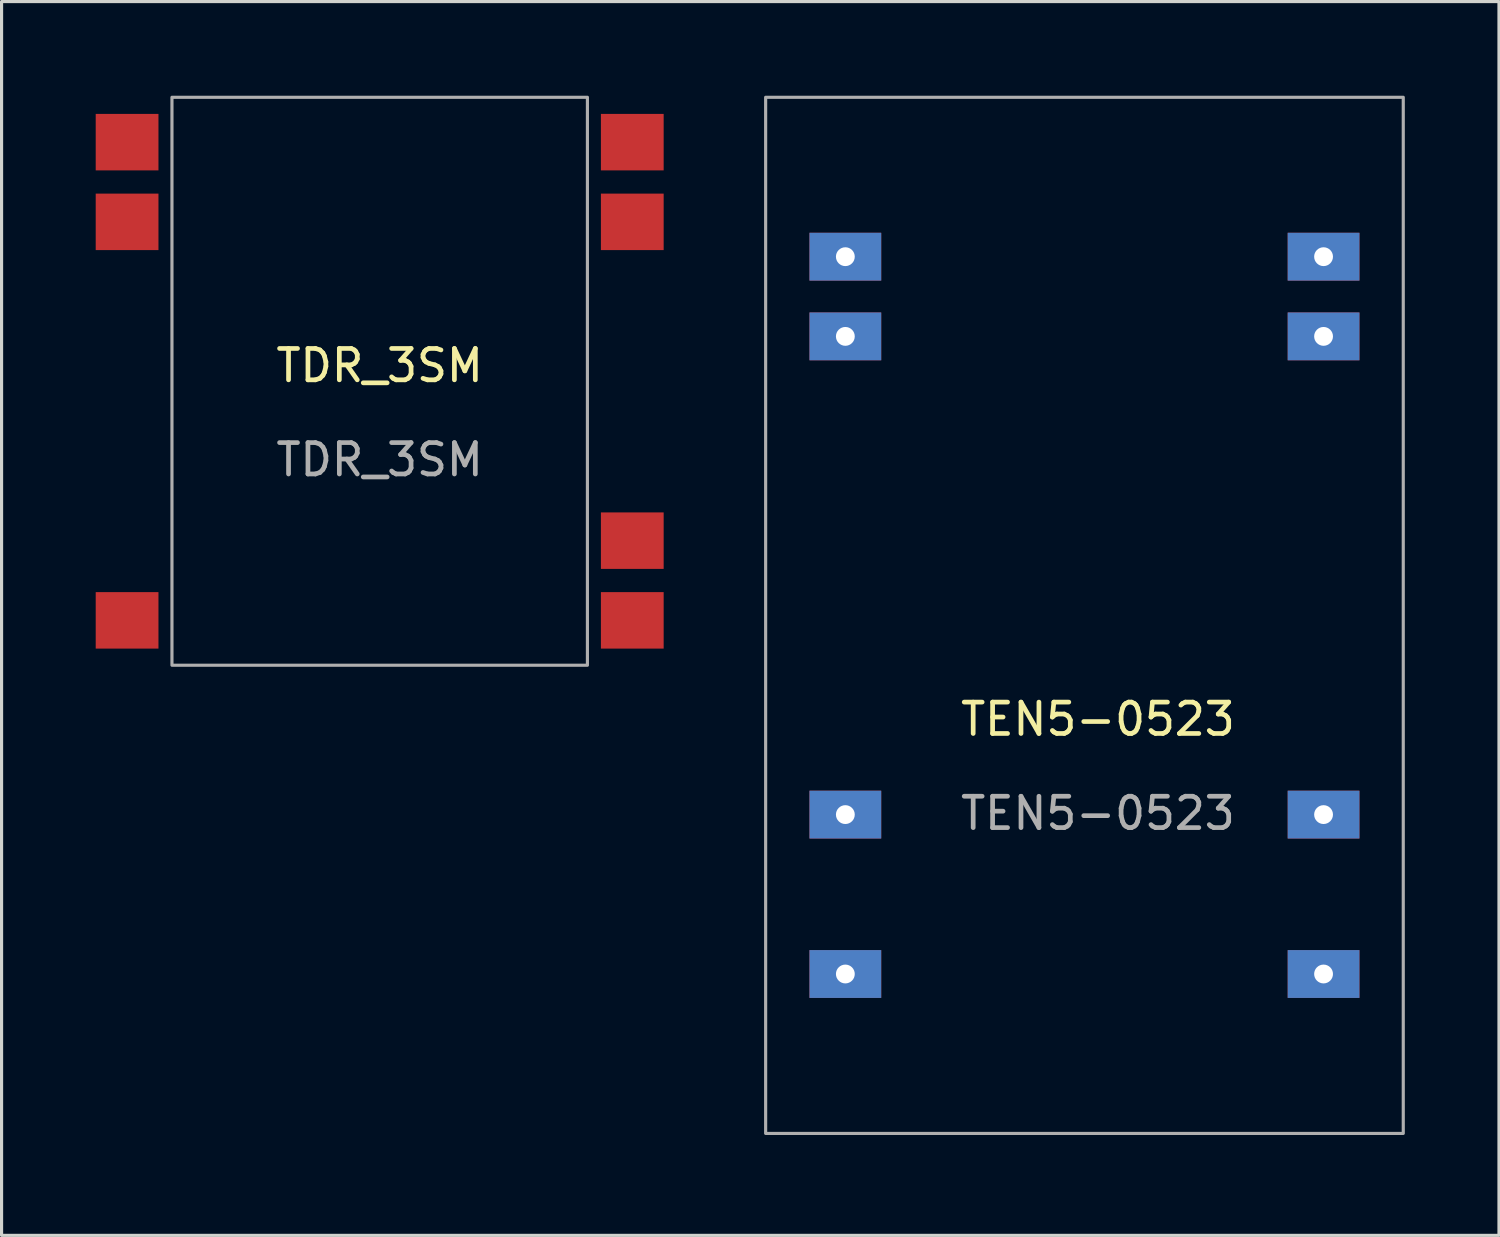
<source format=kicad_pcb>
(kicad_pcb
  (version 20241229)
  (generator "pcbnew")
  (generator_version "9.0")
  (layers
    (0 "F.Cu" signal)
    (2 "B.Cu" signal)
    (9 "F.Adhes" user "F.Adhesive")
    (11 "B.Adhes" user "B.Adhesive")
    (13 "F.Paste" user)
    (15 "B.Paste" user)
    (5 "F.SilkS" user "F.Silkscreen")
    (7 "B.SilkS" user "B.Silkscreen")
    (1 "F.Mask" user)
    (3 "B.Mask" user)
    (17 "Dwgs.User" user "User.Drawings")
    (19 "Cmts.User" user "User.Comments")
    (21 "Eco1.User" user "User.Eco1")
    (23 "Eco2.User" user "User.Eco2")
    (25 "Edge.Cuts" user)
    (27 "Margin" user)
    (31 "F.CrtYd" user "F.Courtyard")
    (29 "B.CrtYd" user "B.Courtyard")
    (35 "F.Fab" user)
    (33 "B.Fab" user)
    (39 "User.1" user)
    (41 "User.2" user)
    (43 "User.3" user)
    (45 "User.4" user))
  (footprint "TEN5-0523"
    (layer "F.Cu")
    (at 21.35 33.07)
    (property "Reference" "TEN5-0523" (at 10.59 -13.2 0) (unlocked yes) (layer "F.SilkS") (effects (font (size 1 1) (thickness 0.15))))
    (attr smd)
    (fp_rect (start 0 -33.02) (end 20.32 0) (stroke (width 0.1) (type solid)) (fill no) (layer "F.Fab"))
    (fp_text user "${REFERENCE}" (at 10.59 -10.2 0) (unlocked yes) (layer "F.Fab") (effects (font (size 1 1) (thickness 0.15))))
    (pad "2" thru_hole rect (at 17.78 -27.94) (size 2.286 1.524) (drill 0.6) (layers "*.Cu" "*.Mask"))
    (pad "3" thru_hole rect (at 17.78 -25.4) (size 2.286 1.524) (drill 0.6) (layers "*.Cu" "*.Mask"))
    (pad "9" thru_hole rect (at 17.78 -10.16) (size 2.286 1.524) (drill 0.6) (layers "*.Cu" "*.Mask"))
    (pad "11" thru_hole rect (at 17.78 -5.08) (size 2.286 1.524) (drill 0.6) (layers "*.Cu" "*.Mask"))
    (pad "14" thru_hole rect (at 2.54 -5.08) (size 2.286 1.524) (drill 0.6) (layers "*.Cu" "*.Mask"))
    (pad "16" thru_hole rect (at 2.54 -10.16) (size 2.286 1.524) (drill 0.6) (layers "*.Cu" "*.Mask"))
    (pad "22" thru_hole rect (at 2.54 -25.4) (size 2.286 1.524) (drill 0.6) (layers "*.Cu" "*.Mask"))
    (pad "23" thru_hole rect (at 2.54 -27.94) (size 2.286 1.524) (drill 0.6) (layers "*.Cu" "*.Mask")))
  (footprint "TDR_3SM"
    (layer "F.Cu")
    (at 9.05 9.1)
    (property "Reference" "TDR_3SM" (at 0 -0.5 0) (unlocked yes) (layer "F.SilkS") (effects (font (size 1 1) (thickness 0.15))))
    (attr smd)
    (fp_rect (start -6.62 -9.05) (end 6.62 9.05) (stroke (width 0.1) (type solid)) (fill no) (layer "F.Fab"))
    (fp_text user "${REFERENCE}" (at 0 2.5 0) (unlocked yes) (layer "F.Fab") (effects (font (size 1 1) (thickness 0.15))))
    (pad "1" smd rect (at 8.05 7.62) (size 2 1.8) (layers "F.Cu" "F.Mask" "F.Paste"))
    (pad "2" smd rect (at 8.05 5.08) (size 2 1.8) (layers "F.Cu" "F.Mask" "F.Paste"))
    (pad "6" smd rect (at 8.05 -5.08) (size 2 1.8) (layers "F.Cu" "F.Mask" "F.Paste"))
    (pad "7" smd rect (at 8.05 -7.62) (size 2 1.8) (layers "F.Cu" "F.Mask" "F.Paste"))
    (pad "8" smd rect (at -8.05 -7.62) (size 2 1.8) (layers "F.Cu" "F.Mask" "F.Paste"))
    (pad "9" smd rect (at -8.05 -5.08) (size 2 1.8) (layers "F.Cu" "F.Mask" "F.Paste"))
    (pad "14" smd rect (at -8.05 7.62) (size 2 1.8) (layers "F.Cu" "F.Mask" "F.Paste")))
  (gr_rect
    (start -3 -3)
    (end 44.72 36.32)
    (stroke (width 0.1) (type default))
    (fill no)
    (layer "Edge.Cuts")))
</source>
